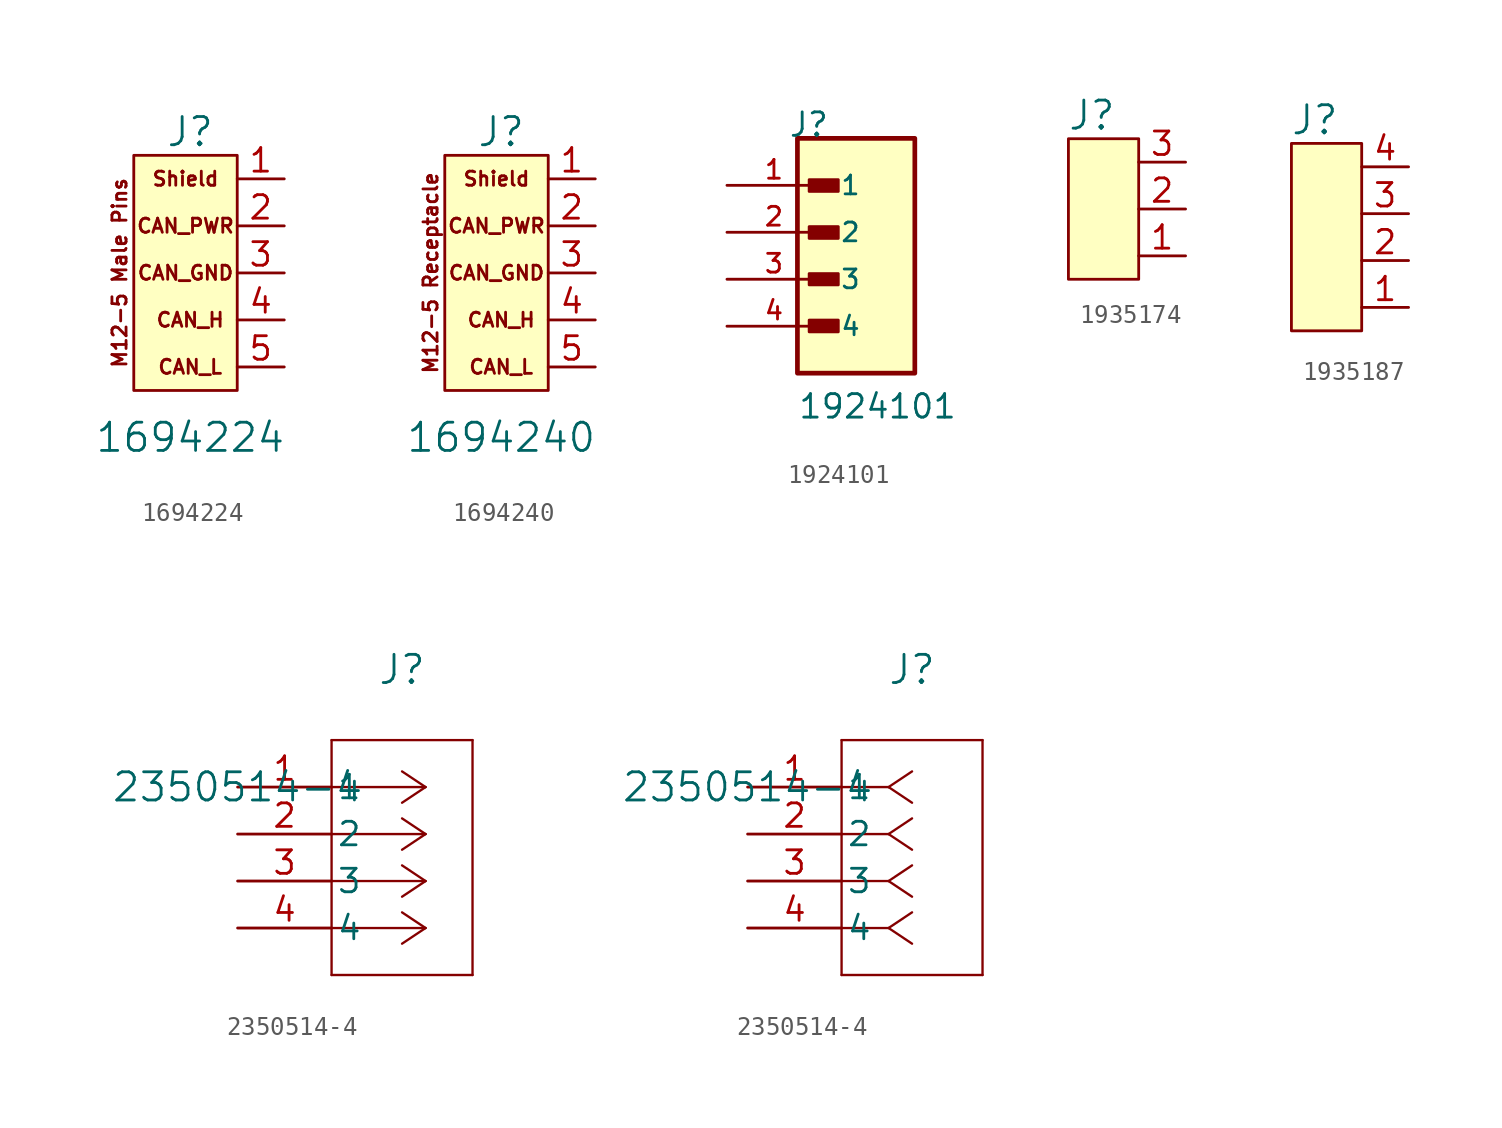
<source format=kicad_sym>
(kicad_symbol_lib
  (version 20241209)
  (generator "kicad_symbol_editor")
  (generator_version "9.0")
  (symbol "1694224"
    (pin_names
      (offset 0)
      (hide yes))
    (property "Reference" "J"
      (at 0 7.62 0)
      (effects (font (size 1.524 1.524))))
    (property "Value" "1694224"
      (at 0 -8.89 0)
      (effects (font (size 1.524 1.524))))
    (symbol "1694224_0_0"
      (text "M12-5 Male Pins" (at -3.81 0 900) (effects (font (size 0.762 0.762))))
      (text "Shield" (at -0.254 5.08 0) (effects (font (size 0.762 0.762))))
      (text "CAN_PWR" (at -0.254 2.54 0) (effects (font (size 0.762 0.762))))
      (text "CAN_GND" (at -0.254 0 0) (effects (font (size 0.762 0.762))))
      (text "CAN_H" (at 0 -2.54 0) (effects (font (size 0.762 0.762))))
      (text "CAN_L" (at 0 -5.08 0) (effects (font (size 0.762 0.762)))))
    (symbol "1694224_0_1"
      (rectangle (start 2.54 6.35) (end -3.048 -6.35) (stroke (width 0) (type default)) (fill (type background))))
    (symbol "1694224_1_1"
      (pin input line (at 5.08 5.08 180) (length 2.54) (name "Shield" (effects (font (size 1.27 1.27)))) (number "1" (effects (font (size 1.27 1.27)))))
      (pin input line (at 5.08 2.54 180) (length 2.54) (name "CAN_PWR" (effects (font (size 1.27 1.27)))) (number "2" (effects (font (size 1.27 1.27)))))
      (pin input line (at 5.08 0 180) (length 2.54) (name "CAN_GND" (effects (font (size 1.27 1.27)))) (number "3" (effects (font (size 1.27 1.27)))))
      (pin input line (at 5.08 -2.54 180) (length 2.54) (name "CAN_H" (effects (font (size 1.27 1.27)))) (number "4" (effects (font (size 1.27 1.27)))))
      (pin input line (at 5.08 -5.08 180) (length 2.54) (name "CAN_L" (effects (font (size 1.27 1.27)))) (number "5" (effects (font (size 1.27 1.27)))))))
  (symbol "1694240"
    (pin_names
      (offset 0)
      (hide yes))
    (property "Reference" "J"
      (at 0 7.62 0)
      (effects (font (size 1.524 1.524))))
    (property "Value" "1694240"
      (at 0 -8.89 0)
      (effects (font (size 1.524 1.524))))
    (symbol "1694240_0_0"
      (text "M12-5 Receptacle" (at -3.81 0 900) (effects (font (size 0.762 0.762))))
      (text "Shield" (at -0.254 5.08 0) (effects (font (size 0.762 0.762))))
      (text "CAN_PWR" (at -0.254 2.54 0) (effects (font (size 0.762 0.762))))
      (text "CAN_GND" (at -0.254 0 0) (effects (font (size 0.762 0.762))))
      (text "CAN_H" (at 0 -2.54 0) (effects (font (size 0.762 0.762))))
      (text "CAN_L" (at 0 -5.08 0) (effects (font (size 0.762 0.762)))))
    (symbol "1694240_0_1"
      (rectangle (start 2.54 6.35) (end -3.048 -6.35) (stroke (width 0) (type default)) (fill (type background))))
    (symbol "1694240_1_1"
      (pin input line (at 5.08 5.08 180) (length 2.54) (name "Shield" (effects (font (size 1.27 1.27)))) (number "1" (effects (font (size 1.27 1.27)))))
      (pin input line (at 5.08 2.54 180) (length 2.54) (name "CAN_PWR" (effects (font (size 1.27 1.27)))) (number "2" (effects (font (size 1.27 1.27)))))
      (pin input line (at 5.08 0 180) (length 2.54) (name "CAN_GND" (effects (font (size 1.27 1.27)))) (number "3" (effects (font (size 1.27 1.27)))))
      (pin input line (at 5.08 -2.54 180) (length 2.54) (name "CAN_H" (effects (font (size 1.27 1.27)))) (number "4" (effects (font (size 1.27 1.27)))))
      (pin input line (at 5.08 -5.08 180) (length 2.54) (name "CAN_L" (effects (font (size 1.27 1.27)))) (number "5" (effects (font (size 1.27 1.27)))))))
  (symbol "1924101"
    (pin_names
      (offset 1.016))
    (property "Reference" "J"
      (at -6.858 7.62 0)
      (effects (font (size 1.27 1.27)) (justify left bottom)))
    (property "Value" "1924101"
      (at -6.35 -7.62 0)
      (effects (font (size 1.27 1.27)) (justify left bottom)))
    (symbol "1924101_0_0"
      (rectangle (start -6.35 7.62) (end 0 -5.08) (stroke (width 0.254) (type solid)) (fill (type background)))
      (rectangle (start -5.715 4.75) (end -4.14 5.385) (stroke (width 0) (type solid)) (fill (type outline)))
      (rectangle (start -5.715 2.21) (end -4.14 2.845) (stroke (width 0) (type solid)) (fill (type outline)))
      (rectangle (start -5.715 -0.305) (end -4.14 0.305) (stroke (width 0) (type solid)) (fill (type outline)))
      (rectangle (start -5.715 -2.845) (end -4.14 -2.21) (stroke (width 0) (type solid)) (fill (type outline)))
      (pin passive line (at -10.16 5.08 0) (length 5.08) (name "1" (effects (font (size 1.016 1.016)))) (number "1" (effects (font (size 1.016 1.016)))))
      (pin passive line (at -10.16 2.54 0) (length 5.08) (name "2" (effects (font (size 1.016 1.016)))) (number "2" (effects (font (size 1.016 1.016)))))
      (pin passive line (at -10.16 0 0) (length 5.08) (name "3" (effects (font (size 1.016 1.016)))) (number "3" (effects (font (size 1.016 1.016)))))
      (pin passive line (at -10.16 -2.54 0) (length 5.08) (name "4" (effects (font (size 1.016 1.016)))) (number "4" (effects (font (size 1.016 1.016)))))))
  (symbol "1935174"
    (pin_names
      (offset 0)
      (hide yes))
    (property "Reference" "J"
      (at -2.54 7.62 0)
      (effects (font (size 1.524 1.524))))
    (symbol "1935174_0_0"
      (rectangle (start -3.81 6.35) (end 0 -1.27) (stroke (width 0) (type default)) (fill (type background))))
    (symbol "1935174_1_1"
      (pin passive line (at 2.54 5.08 180) (length 2.54) (name "~" (effects (font (size 1.27 1.27)))) (number "3" (effects (font (size 1.27 1.27)))))
      (pin passive line (at 2.54 2.54 180) (length 2.54) (name "~" (effects (font (size 1.27 1.27)))) (number "2" (effects (font (size 1.27 1.27)))))
      (pin passive line (at 2.54 0 180) (length 2.54) (name "~" (effects (font (size 1.016 1.016)))) (number "1" (effects (font (size 1.27 1.27)))))))
  (symbol "1935187"
    (pin_names
      (offset 0)
      (hide yes))
    (property "Reference" "J"
      (at -2.54 10.16 0)
      (effects (font (size 1.524 1.524))))
    (symbol "1935187_0_0"
      (rectangle (start -3.81 8.89) (end 0 -1.27) (stroke (width 0) (type default)) (fill (type background))))
    (symbol "1935187_1_1"
      (pin passive line (at 2.54 7.62 180) (length 2.54) (name "~" (effects (font (size 1.27 1.27)))) (number "4" (effects (font (size 1.27 1.27)))))
      (pin passive line (at 2.54 5.08 180) (length 2.54) (name "~" (effects (font (size 1.27 1.27)))) (number "3" (effects (font (size 1.27 1.27)))))
      (pin passive line (at 2.54 2.54 180) (length 2.54) (name "~" (effects (font (size 1.27 1.27)))) (number "2" (effects (font (size 1.27 1.27)))))
      (pin passive line (at 2.54 0 180) (length 2.54) (name "~" (effects (font (size 1.016 1.016)))) (number "1" (effects (font (size 1.27 1.27)))))))
  (symbol "2350514-4"
    (pin_names
      (offset 0.254))
    (property "Reference" "J"
      (at 8.89 6.35 0)
      (effects (font (size 1.524 1.524))))
    (property "Value" "2350514-4"
      (at 0 0 0)
      (effects (font (size 1.524 1.524))))
    (symbol "2350514-4_1_1"
      (polyline (pts (xy 5.08 2.54) (xy 5.08 -10.16)) (stroke (width 0.127) (type default)) (fill (type none)))
      (polyline (pts (xy 5.08 -10.16) (xy 12.7 -10.16)) (stroke (width 0.127) (type default)) (fill (type none)))
      (polyline (pts (xy 10.16 0) (xy 5.08 0)) (stroke (width 0.127) (type default)) (fill (type none)))
      (polyline (pts (xy 10.16 0) (xy 8.89 0.847)) (stroke (width 0.127) (type default)) (fill (type none)))
      (polyline (pts (xy 10.16 0) (xy 8.89 -0.847)) (stroke (width 0.127) (type default)) (fill (type none)))
      (polyline (pts (xy 10.16 -2.54) (xy 5.08 -2.54)) (stroke (width 0.127) (type default)) (fill (type none)))
      (polyline (pts (xy 10.16 -2.54) (xy 8.89 -1.693)) (stroke (width 0.127) (type default)) (fill (type none)))
      (polyline (pts (xy 10.16 -2.54) (xy 8.89 -3.387)) (stroke (width 0.127) (type default)) (fill (type none)))
      (polyline (pts (xy 10.16 -5.08) (xy 5.08 -5.08)) (stroke (width 0.127) (type default)) (fill (type none)))
      (polyline (pts (xy 10.16 -5.08) (xy 8.89 -4.233)) (stroke (width 0.127) (type default)) (fill (type none)))
      (polyline (pts (xy 10.16 -5.08) (xy 8.89 -5.927)) (stroke (width 0.127) (type default)) (fill (type none)))
      (polyline (pts (xy 10.16 -7.62) (xy 5.08 -7.62)) (stroke (width 0.127) (type default)) (fill (type none)))
      (polyline (pts (xy 10.16 -7.62) (xy 8.89 -6.773)) (stroke (width 0.127) (type default)) (fill (type none)))
      (polyline (pts (xy 10.16 -7.62) (xy 8.89 -8.467)) (stroke (width 0.127) (type default)) (fill (type none)))
      (polyline (pts (xy 12.7 2.54) (xy 5.08 2.54)) (stroke (width 0.127) (type default)) (fill (type none)))
      (polyline (pts (xy 12.7 -10.16) (xy 12.7 2.54)) (stroke (width 0.127) (type default)) (fill (type none)))
      (pin unspecified line (at 0 0 0) (length 5.08) (name "1" (effects (font (size 1.27 1.27)))) (number "1" (effects (font (size 1.27 1.27)))))
      (pin unspecified line (at 0 -2.54 0) (length 5.08) (name "2" (effects (font (size 1.27 1.27)))) (number "2" (effects (font (size 1.27 1.27)))))
      (pin unspecified line (at 0 -5.08 0) (length 5.08) (name "3" (effects (font (size 1.27 1.27)))) (number "3" (effects (font (size 1.27 1.27)))))
      (pin unspecified line (at 0 -7.62 0) (length 5.08) (name "4" (effects (font (size 1.27 1.27)))) (number "4" (effects (font (size 1.27 1.27))))))
    (symbol "2350514-4_1_2"
      (polyline (pts (xy 5.08 2.54) (xy 5.08 -10.16)) (stroke (width 0.127) (type default)) (fill (type none)))
      (polyline (pts (xy 5.08 -10.16) (xy 12.7 -10.16)) (stroke (width 0.127) (type default)) (fill (type none)))
      (polyline (pts (xy 7.62 0) (xy 5.08 0)) (stroke (width 0.127) (type default)) (fill (type none)))
      (polyline (pts (xy 7.62 0) (xy 8.89 0.847)) (stroke (width 0.127) (type default)) (fill (type none)))
      (polyline (pts (xy 7.62 0) (xy 8.89 -0.847)) (stroke (width 0.127) (type default)) (fill (type none)))
      (polyline (pts (xy 7.62 -2.54) (xy 5.08 -2.54)) (stroke (width 0.127) (type default)) (fill (type none)))
      (polyline (pts (xy 7.62 -2.54) (xy 8.89 -1.693)) (stroke (width 0.127) (type default)) (fill (type none)))
      (polyline (pts (xy 7.62 -2.54) (xy 8.89 -3.387)) (stroke (width 0.127) (type default)) (fill (type none)))
      (polyline (pts (xy 7.62 -5.08) (xy 5.08 -5.08)) (stroke (width 0.127) (type default)) (fill (type none)))
      (polyline (pts (xy 7.62 -5.08) (xy 8.89 -4.233)) (stroke (width 0.127) (type default)) (fill (type none)))
      (polyline (pts (xy 7.62 -5.08) (xy 8.89 -5.927)) (stroke (width 0.127) (type default)) (fill (type none)))
      (polyline (pts (xy 7.62 -7.62) (xy 5.08 -7.62)) (stroke (width 0.127) (type default)) (fill (type none)))
      (polyline (pts (xy 7.62 -7.62) (xy 8.89 -6.773)) (stroke (width 0.127) (type default)) (fill (type none)))
      (polyline (pts (xy 7.62 -7.62) (xy 8.89 -8.467)) (stroke (width 0.127) (type default)) (fill (type none)))
      (polyline (pts (xy 12.7 2.54) (xy 5.08 2.54)) (stroke (width 0.127) (type default)) (fill (type none)))
      (polyline (pts (xy 12.7 -10.16) (xy 12.7 2.54)) (stroke (width 0.127) (type default)) (fill (type none)))
      (pin unspecified line (at 0 0 0) (length 5.08) (name "1" (effects (font (size 1.27 1.27)))) (number "1" (effects (font (size 1.27 1.27)))))
      (pin unspecified line (at 0 -2.54 0) (length 5.08) (name "2" (effects (font (size 1.27 1.27)))) (number "2" (effects (font (size 1.27 1.27)))))
      (pin unspecified line (at 0 -5.08 0) (length 5.08) (name "3" (effects (font (size 1.27 1.27)))) (number "3" (effects (font (size 1.27 1.27)))))
      (pin unspecified line (at 0 -7.62 0) (length 5.08) (name "4" (effects (font (size 1.27 1.27)))) (number "4" (effects (font (size 1.27 1.27))))))))
</source>
